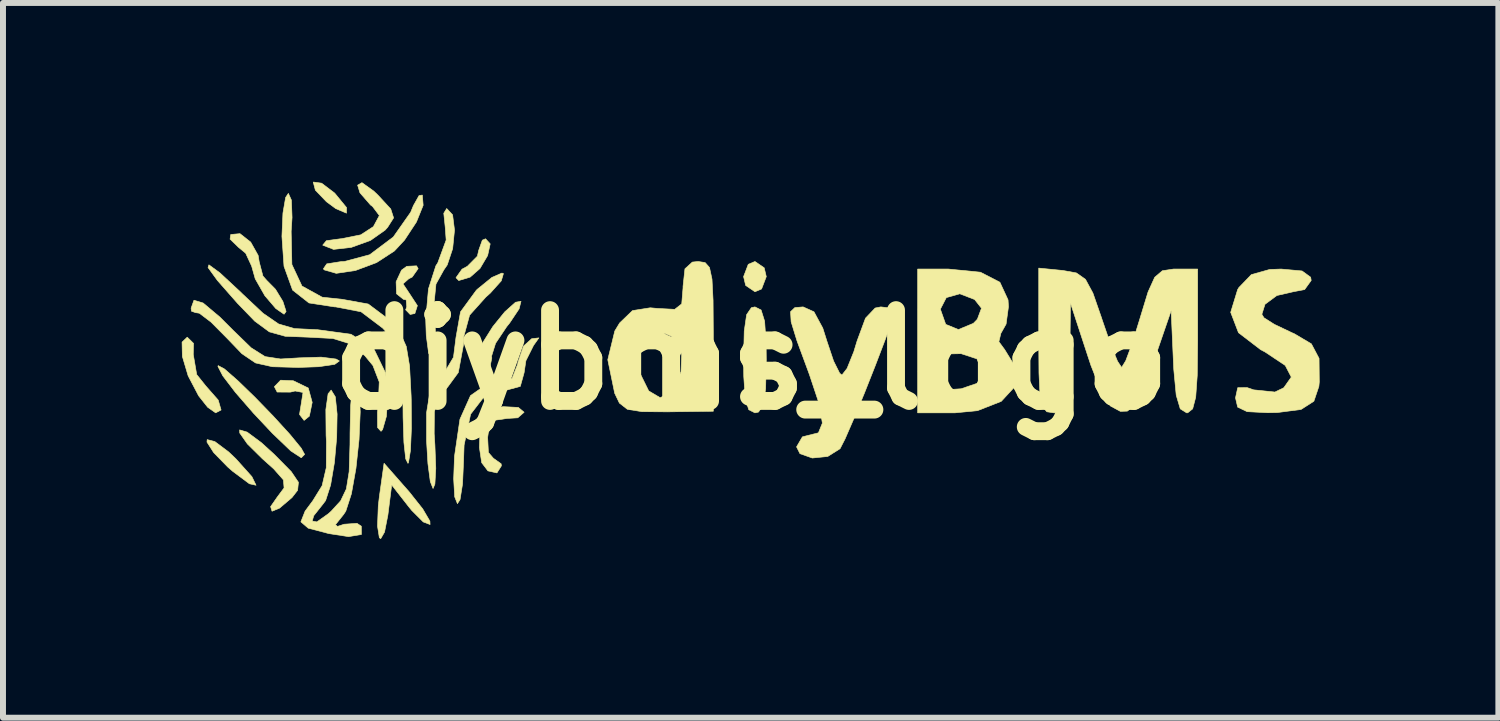
<source format=kicad_pcb>
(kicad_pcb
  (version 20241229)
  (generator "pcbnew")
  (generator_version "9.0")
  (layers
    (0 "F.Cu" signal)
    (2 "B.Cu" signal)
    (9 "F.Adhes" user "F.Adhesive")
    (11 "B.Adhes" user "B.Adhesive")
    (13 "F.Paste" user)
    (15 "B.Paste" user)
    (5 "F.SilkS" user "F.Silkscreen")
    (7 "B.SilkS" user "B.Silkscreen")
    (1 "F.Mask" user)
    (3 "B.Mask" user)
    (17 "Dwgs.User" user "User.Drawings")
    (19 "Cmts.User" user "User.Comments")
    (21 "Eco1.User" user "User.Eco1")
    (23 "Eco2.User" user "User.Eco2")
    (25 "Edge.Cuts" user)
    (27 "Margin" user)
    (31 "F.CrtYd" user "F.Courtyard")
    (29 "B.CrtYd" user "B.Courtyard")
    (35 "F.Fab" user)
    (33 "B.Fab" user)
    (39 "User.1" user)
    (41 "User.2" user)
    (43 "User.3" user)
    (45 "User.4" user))
  (footprint "diybms_logo"
    (layer "F.Cu")
    (at 9.555 2.989)
    (property "Reference" "diybms_logo" (at 0 0 0) (layer "F.SilkS") (effects (font (size 1.524 1.524) (thickness 0.3))))
    (attr through_hole)
    (fp_poly (pts (xy 0.219 -1.545) (xy 0.254 -1.397) (xy 0.175 -1.19) (xy 0.064 -1.143) (xy -0.092 -1.249) (xy -0.127 -1.397) (xy -0.048 -1.604) (xy 0.064 -1.651) (xy 0.219 -1.545)) (stroke (width 0.01) (type solid)) (fill yes) (layer "F.SilkS"))
    (fp_poly (pts (xy -7.208 -2.965) (xy -6.993 -2.802) (xy -6.985 -2.794) (xy -6.789 -2.555) (xy -6.791 -2.462) (xy -6.97 -2.538) (xy -7.126 -2.653) (xy -7.313 -2.848) (xy -7.348 -2.981) (xy -7.345 -2.984) (xy -7.208 -2.965)) (stroke (width 0.01) (type solid)) (fill yes) (layer "F.SilkS"))
    (fp_poly (pts (xy -9 1.371) (xy -8.768 1.545) (xy -8.646 1.661) (xy -8.378 1.96) (xy -8.308 2.104) (xy -8.42 2.079) (xy -8.7 1.87) (xy -8.783 1.798) (xy -9.02 1.555) (xy -9.132 1.379) (xy -9.128 1.338) (xy -9 1.371)) (stroke (width 0.01) (type solid)) (fill yes) (layer "F.SilkS"))
    (fp_poly (pts (xy -4.379 -1.947) (xy -4.422 -1.751) (xy -4.551 -1.533) (xy -4.715 -1.389) (xy -4.907 -1.331) (xy -4.953 -1.379) (xy -4.852 -1.522) (xy -4.763 -1.57) (xy -4.594 -1.74) (xy -4.572 -1.838) (xy -4.511 -2.009) (xy -4.457 -2.032) (xy -4.379 -1.947)) (stroke (width 0.01) (type solid)) (fill yes) (layer "F.SilkS"))
    (fp_poly (pts (xy -9.357 -0.277) (xy -9.362 -0.092) (xy -9.304 0.247) (xy -9.153 0.436) (xy -8.943 0.675) (xy -8.895 0.841) (xy -8.986 0.889) (xy -9.12 0.795) (xy -9.272 0.603) (xy -9.448 0.267) (xy -9.545 -0.058) (xy -9.55 -0.298) (xy -9.463 -0.381) (xy -9.357 -0.277)) (stroke (width 0.01) (type solid)) (fill yes) (layer "F.SilkS"))
    (fp_poly (pts (xy -7.684 0.35) (xy -7.432 0.472) (xy -7.366 0.713) (xy -7.414 0.945) (xy -7.502 1.016) (xy -7.579 0.916) (xy -7.551 0.743) (xy -7.52 0.547) (xy -7.653 0.522) (xy -7.733 0.541) (xy -7.954 0.54) (xy -8.001 0.45) (xy -7.896 0.341) (xy -7.684 0.35)) (stroke (width 0.01) (type solid)) (fill yes) (layer "F.SilkS"))
    (fp_poly (pts (xy -8.838 0.153) (xy -8.615 0.348) (xy -8.324 0.63) (xy -8.016 0.948) (xy -7.742 1.248) (xy -7.551 1.481) (xy -7.493 1.586) (xy -7.549 1.643) (xy -7.725 1.528) (xy -8.035 1.231) (xy -8.35 0.896) (xy -8.655 0.545) (xy -8.867 0.267) (xy -8.948 0.11) (xy -8.944 0.096) (xy -8.838 0.153)) (stroke (width 0.01) (type solid)) (fill yes) (layer "F.SilkS"))
    (fp_poly (pts (xy -3.894 -0.856) (xy -4.051 -0.621) (xy -4.103 -0.556) (xy -4.289 -0.278) (xy -4.357 -0.06) (xy -4.352 -0.032) (xy -4.381 0.112) (xy -4.434 0.127) (xy -4.549 0.023) (xy -4.568 -0.095) (xy -4.499 -0.297) (xy -4.335 -0.558) (xy -4.134 -0.806) (xy -3.954 -0.967) (xy -3.862 -0.983) (xy -3.894 -0.856)) (stroke (width 0.01) (type solid)) (fill yes) (layer "F.SilkS"))
    (fp_poly (pts (xy -5.739 2.214) (xy -5.512 2.5) (xy -5.391 2.706) (xy -5.388 2.763) (xy -5.502 2.72) (xy -5.695 2.527) (xy -5.745 2.466) (xy -6.032 2.099) (xy -6.096 2.605) (xy -6.152 2.889) (xy -6.216 3) (xy -6.239 2.985) (xy -6.27 2.79) (xy -6.257 2.449) (xy -6.239 2.296) (xy -6.16 1.735) (xy -5.739 2.214)) (stroke (width 0.01) (type solid)) (fill yes) (layer "F.SilkS"))
    (fp_poly (pts (xy 0.167 -0.837) (xy 0.226 -0.649) (xy 0.251 -0.278) (xy 0.254 0) (xy 0.243 0.483) (xy 0.203 0.759) (xy 0.123 0.876) (xy 0.064 0.889) (xy -0.04 0.837) (xy -0.099 0.649) (xy -0.124 0.278) (xy -0.127 0) (xy -0.116 -0.483) (xy -0.076 -0.759) (xy 0.004 -0.876) (xy 0.064 -0.889) (xy 0.167 -0.837)) (stroke (width 0.01) (type solid)) (fill yes) (layer "F.SilkS"))
    (fp_poly (pts (xy -5.588 -1.531) (xy -5.688 -1.39) (xy -5.747 -1.36) (xy -5.842 -1.275) (xy -5.747 -1.133) (xy -5.601 -0.91) (xy -5.643 -0.778) (xy -5.722 -0.762) (xy -5.798 -0.84) (xy -5.779 -0.889) (xy -5.789 -1.006) (xy -5.835 -1.016) (xy -5.951 -1.109) (xy -5.958 -1.31) (xy -5.867 -1.506) (xy -5.779 -1.57) (xy -5.615 -1.578) (xy -5.588 -1.531)) (stroke (width 0.01) (type solid)) (fill yes) (layer "F.SilkS"))
    (fp_poly (pts (xy -8.458 1.212) (xy -8.217 1.391) (xy -8.001 1.588) (xy -7.718 1.875) (xy -7.597 2.054) (xy -7.611 2.189) (xy -7.705 2.31) (xy -7.914 2.488) (xy -8.04 2.54) (xy -8.064 2.463) (xy -7.953 2.303) (xy -7.838 2.149) (xy -7.849 2.014) (xy -8.012 1.829) (xy -8.201 1.66) (xy -8.453 1.411) (xy -8.582 1.227) (xy -8.584 1.175) (xy -8.458 1.212)) (stroke (width 0.01) (type solid)) (fill yes) (layer "F.SilkS"))
    (fp_poly (pts (xy -8.398 -1.976) (xy -8.273 -1.753) (xy -8.255 -1.643) (xy -8.193 -1.407) (xy -8.129 -1.334) (xy -7.983 -1.186) (xy -7.858 -0.981) (xy -7.804 -0.812) (xy -7.838 -0.766) (xy -7.976 -0.861) (xy -8.16 -1.076) (xy -8.322 -1.36) (xy -8.382 -1.573) (xy -8.482 -1.789) (xy -8.603 -1.889) (xy -8.744 -2.026) (xy -8.733 -2.104) (xy -8.578 -2.118) (xy -8.398 -1.976)) (stroke (width 0.01) (type solid)) (fill yes) (layer "F.SilkS"))
    (fp_poly (pts (xy -5.504 -2.594) (xy -5.617 -2.314) (xy -5.816 -2.011) (xy -5.987 -1.827) (xy -6.287 -1.632) (xy -6.64 -1.5) (xy -6.962 -1.452) (xy -7.164 -1.51) (xy -7.178 -1.528) (xy -7.122 -1.611) (xy -6.876 -1.65) (xy -6.826 -1.651) (xy -6.402 -1.764) (xy -6.005 -2.062) (xy -5.713 -2.478) (xy -5.667 -2.59) (xy -5.573 -2.757) (xy -5.518 -2.766) (xy -5.504 -2.594)) (stroke (width 0.01) (type solid)) (fill yes) (layer "F.SilkS"))
    (fp_poly (pts (xy -3.907 0.798) (xy -3.81 0.879) (xy -3.916 0.972) (xy -4.096 0.983) (xy -4.315 1.015) (xy -4.41 1.218) (xy -4.422 1.302) (xy -4.409 1.554) (xy -4.326 1.651) (xy -4.196 1.743) (xy -4.191 1.778) (xy -4.266 1.897) (xy -4.417 1.863) (xy -4.522 1.725) (xy -4.56 1.47) (xy -4.55 1.185) (xy -4.463 0.909) (xy -4.236 0.796) (xy -4.159 0.785) (xy -3.907 0.798)) (stroke (width 0.01) (type solid)) (fill yes) (layer "F.SilkS"))
    (fp_poly (pts (xy -5.01 -2.434) (xy -4.978 -2.178) (xy -5.009 -1.866) (xy -5.1 -1.593) (xy -5.157 -1.51) (xy -5.289 -1.272) (xy -5.324 -0.918) (xy -5.306 -0.639) (xy -5.29 -0.276) (xy -5.317 -0.045) (xy -5.353 0) (xy -5.413 -0.115) (xy -5.452 -0.409) (xy -5.461 -0.67) (xy -5.415 -1.191) (xy -5.291 -1.578) (xy -5.258 -1.63) (xy -5.118 -2.011) (xy -5.134 -2.229) (xy -5.158 -2.461) (xy -5.109 -2.54) (xy -5.01 -2.434)) (stroke (width 0.01) (type solid)) (fill yes) (layer "F.SilkS"))
    (fp_poly (pts (xy -6.333 -2.832) (xy -6.262 -2.764) (xy -6.048 -2.532) (xy -6 -2.383) (xy -6.1 -2.225) (xy -6.143 -2.177) (xy -6.389 -2.004) (xy -6.71 -1.888) (xy -7.008 -1.854) (xy -7.187 -1.924) (xy -7.189 -1.926) (xy -7.128 -2) (xy -6.891 -2.032) (xy -6.881 -2.032) (xy -6.552 -2.098) (xy -6.339 -2.236) (xy -6.239 -2.422) (xy -6.354 -2.575) (xy -6.387 -2.599) (xy -6.565 -2.804) (xy -6.604 -2.932) (xy -6.531 -2.974) (xy -6.333 -2.832)) (stroke (width 0.01) (type solid)) (fill yes) (layer "F.SilkS"))
    (fp_poly (pts (xy -9.196 -0.954) (xy -8.916 -0.719) (xy -8.694 -0.497) (xy -8.39 -0.202) (xy -8.157 -0.055) (xy -7.896 -0.015) (xy -7.584 -0.034) (xy -7.216 -0.046) (xy -6.965 -0.014) (xy -6.91 0.018) (xy -6.988 0.075) (xy -7.258 0.115) (xy -7.598 0.127) (xy -8.034 0.115) (xy -8.316 0.052) (xy -8.545 -0.103) (xy -8.802 -0.37) (xy -9.064 -0.634) (xy -9.26 -0.783) (xy -9.324 -0.793) (xy -9.392 -0.817) (xy -9.398 -0.868) (xy -9.35 -1.001) (xy -9.196 -0.954)) (stroke (width 0.01) (type solid)) (fill yes) (layer "F.SilkS"))
    (fp_poly (pts (xy -3.644 -0.253) (xy -3.651 -0.244) (xy -3.78 0.014) (xy -3.81 0.216) (xy -3.874 0.445) (xy -4.107 0.508) (xy -4.108 0.508) (xy -4.474 0.608) (xy -4.708 0.912) (xy -4.817 1.43) (xy -4.826 1.693) (xy -4.843 2.082) (xy -4.885 2.344) (xy -4.929 2.413) (xy -4.975 2.298) (xy -4.992 1.997) (xy -4.978 1.619) (xy -4.887 0.997) (xy -4.709 0.599) (xy -4.432 0.406) (xy -4.243 0.381) (xy -4.013 0.313) (xy -3.917 0.067) (xy -3.914 0.042) (xy -3.82 -0.231) (xy -3.683 -0.355) (xy -3.562 -0.369) (xy -3.644 -0.253)) (stroke (width 0.01) (type solid)) (fill yes) (layer "F.SilkS"))
    (fp_poly (pts (xy -4.157 -1.448) (xy -4.193 -1.326) (xy -4.379 -1.119) (xy -4.452 -1.054) (xy -4.725 -0.75) (xy -4.822 -0.393) (xy -4.826 -0.262) (xy -4.914 0.212) (xy -5.093 0.456) (xy -5.247 0.637) (xy -5.316 0.87) (xy -5.319 1.239) (xy -5.307 1.428) (xy -5.292 1.82) (xy -5.307 2.085) (xy -5.338 2.159) (xy -5.384 2.043) (xy -5.424 1.741) (xy -5.447 1.359) (xy -5.447 0.888) (xy -5.399 0.592) (xy -5.284 0.395) (xy -5.213 0.323) (xy -4.995 -0.044) (xy -4.953 -0.377) (xy -4.877 -0.806) (xy -4.613 -1.167) (xy -4.595 -1.185) (xy -4.35 -1.384) (xy -4.182 -1.457) (xy -4.157 -1.448)) (stroke (width 0.01) (type solid)) (fill yes) (layer "F.SilkS"))
    (fp_poly (pts (xy -8.915 -1.46) (xy -8.566 -1.136) (xy -8.536 -1.106) (xy -8.191 -0.782) (xy -7.929 -0.602) (xy -7.664 -0.525) (xy -7.308 -0.508) (xy -7.289 -0.508) (xy -6.715 -0.43) (xy -6.334 -0.191) (xy -6.134 0.222) (xy -6.096 0.604) (xy -6.121 0.948) (xy -6.185 1.17) (xy -6.211 1.199) (xy -6.269 1.136) (xy -6.271 0.882) (xy -6.257 0.757) (xy -6.241 0.37) (xy -6.347 0.095) (xy -6.482 -0.069) (xy -6.721 -0.266) (xy -7.019 -0.359) (xy -7.435 -0.381) (xy -7.819 -0.396) (xy -8.085 -0.47) (xy -8.33 -0.65) (xy -8.62 -0.95) (xy -8.956 -1.332) (xy -9.114 -1.55) (xy -9.099 -1.595) (xy -8.915 -1.46)) (stroke (width 0.01) (type solid)) (fill yes) (layer "F.SilkS"))
    (fp_poly (pts (xy -7.715 -2.681) (xy -7.704 -2.39) (xy -7.719 -2.155) (xy -7.707 -1.601) (xy -7.538 -1.239) (xy -7.199 -1.052) (xy -6.862 -1.016) (xy -6.425 -0.937) (xy -6.065 -0.667) (xy -5.891 -0.456) (xy -5.787 -0.224) (xy -5.732 0.104) (xy -5.706 0.603) (xy -5.704 0.668) (xy -5.701 1.146) (xy -5.717 1.52) (xy -5.75 1.723) (xy -5.759 1.737) (xy -5.797 1.661) (xy -5.827 1.385) (xy -5.841 0.963) (xy -5.842 0.822) (xy -5.85 0.305) (xy -5.886 -0.032) (xy -5.969 -0.263) (xy -6.118 -0.463) (xy -6.183 -0.533) (xy -6.546 -0.807) (xy -6.972 -0.889) (xy -6.989 -0.889) (xy -7.42 -0.955) (xy -7.695 -1.171) (xy -7.839 -1.57) (xy -7.874 -2.074) (xy -7.857 -2.463) (xy -7.812 -2.725) (xy -7.766 -2.794) (xy -7.715 -2.681)) (stroke (width 0.01) (type solid)) (fill yes) (layer "F.SilkS"))
    (fp_poly (pts (xy 2.373 -0.865) (xy 2.413 -0.836) (xy 2.368 -0.672) (xy 2.25 -0.341) (xy 2.085 0.091) (xy 1.901 0.557) (xy 1.722 0.99) (xy 1.577 1.324) (xy 1.491 1.492) (xy 1.49 1.492) (xy 1.285 1.621) (xy 1.026 1.647) (xy 0.819 1.574) (xy 0.762 1.46) (xy 0.86 1.292) (xy 0.945 1.27) (xy 1.129 1.224) (xy 1.195 1.062) (xy 1.145 0.748) (xy 0.978 0.247) (xy 0.955 0.184) (xy 0.768 -0.323) (xy 0.671 -0.639) (xy 0.661 -0.808) (xy 0.733 -0.877) (xy 0.872 -0.889) (xy 1.054 -0.807) (xy 1.202 -0.533) (xy 1.27 -0.318) (xy 1.383 0.019) (xy 1.486 0.225) (xy 1.524 0.254) (xy 1.61 0.143) (xy 1.723 -0.137) (xy 1.778 -0.318) (xy 1.919 -0.7) (xy 2.081 -0.87) (xy 2.176 -0.889) (xy 2.373 -0.865)) (stroke (width 0.01) (type solid)) (fill yes) (layer "F.SilkS"))
    (fp_poly (pts (xy 9.245 -1.492) (xy 9.389 -1.387) (xy 9.398 -1.333) (xy 9.288 -1.18) (xy 9.096 -1.143) (xy 8.822 -1.08) (xy 8.623 -0.933) (xy 8.57 -0.765) (xy 8.605 -0.707) (xy 8.778 -0.597) (xy 9.076 -0.455) (xy 9.112 -0.44) (xy 9.401 -0.269) (xy 9.53 -0.025) (xy 9.534 0.371) (xy 9.527 0.445) (xy 9.443 0.694) (xy 9.228 0.832) (xy 8.829 0.884) (xy 8.668 0.887) (xy 8.323 0.869) (xy 8.164 0.793) (xy 8.128 0.638) (xy 8.165 0.467) (xy 8.322 0.465) (xy 8.432 0.503) (xy 8.789 0.54) (xy 8.938 0.468) (xy 9.064 0.289) (xy 8.963 0.094) (xy 8.624 -0.132) (xy 8.55 -0.171) (xy 8.178 -0.456) (xy 8.047 -0.798) (xy 8.164 -1.18) (xy 8.184 -1.213) (xy 8.394 -1.431) (xy 8.701 -1.517) (xy 8.893 -1.524) (xy 9.245 -1.492)) (stroke (width 0.01) (type solid)) (fill yes) (layer "F.SilkS"))
    (fp_poly (pts (xy -0.773 -1.633) (xy -0.699 -1.55) (xy -0.657 -1.354) (xy -0.639 -1) (xy -0.635 -0.441) (xy -0.635 -0.395) (xy -0.635 0.862) (xy -1.401 0.872) (xy -1.832 0.869) (xy -2.078 0.829) (xy -2.211 0.725) (xy -2.29 0.56) (xy -2.406 -0.002) (xy -2.385 -0.088) (xy -1.882 -0.088) (xy -1.853 0.249) (xy -1.719 0.521) (xy -1.526 0.635) (xy -1.524 0.635) (xy -1.371 0.549) (xy -1.276 0.452) (xy -1.177 0.196) (xy -1.166 -0.088) (xy -1.244 -0.353) (xy -1.442 -0.441) (xy -1.524 -0.445) (xy -1.766 -0.39) (xy -1.869 -0.179) (xy -1.882 -0.088) (xy -2.385 -0.088) (xy -2.288 -0.485) (xy -2.207 -0.619) (xy -1.991 -0.827) (xy -1.693 -0.874) (xy -1.572 -0.863) (xy -1.282 -0.848) (xy -1.165 -0.94) (xy -1.143 -1.207) (xy -1.143 -1.232) (xy -1.111 -1.528) (xy -0.987 -1.641) (xy -0.889 -1.651) (xy -0.773 -1.633)) (stroke (width 0.01) (type solid)) (fill yes) (layer "F.SilkS"))
    (fp_poly (pts (xy 3.848 -1.471) (xy 4.174 -1.303) (xy 4.311 -1.007) (xy 4.318 -0.892) (xy 4.278 -0.6) (xy 4.19 -0.444) (xy 4.157 -0.305) (xy 4.254 -0.173) (xy 4.452 0.149) (xy 4.424 0.45) (xy 4.197 0.696) (xy 3.799 0.852) (xy 3.42 0.889) (xy 2.794 0.889) (xy 2.794 0.191) (xy 3.175 0.191) (xy 3.21 0.429) (xy 3.37 0.495) (xy 3.524 0.485) (xy 3.797 0.392) (xy 3.873 0.191) (xy 3.789 -0.017) (xy 3.524 -0.104) (xy 3.271 -0.099) (xy 3.183 0.043) (xy 3.175 0.191) (xy 2.794 0.191) (xy 2.794 -0.851) (xy 3.175 -0.851) (xy 3.175 -0.851) (xy 3.265 -0.596) (xy 3.478 -0.509) (xy 3.729 -0.613) (xy 3.796 -0.682) (xy 3.865 -0.867) (xy 3.75 -1.013) (xy 3.501 -1.109) (xy 3.275 -1.045) (xy 3.175 -0.851) (xy 2.794 -0.851) (xy 2.794 -1.524) (xy 3.31 -1.524) (xy 3.848 -1.471)) (stroke (width 0.01) (type solid)) (fill yes) (layer "F.SilkS"))
    (fp_poly (pts (xy -6.639 0.303) (xy -6.577 0.502) (xy -6.56 0.872) (xy -6.58 1.337) (xy -6.632 1.822) (xy -6.708 2.247) (xy -6.802 2.538) (xy -6.838 2.593) (xy -6.976 2.766) (xy -6.942 2.795) (xy -6.83 2.758) (xy -6.614 2.743) (xy -6.542 2.791) (xy -6.54 2.93) (xy -6.755 2.966) (xy -7.087 2.915) (xy -7.433 2.824) (xy -7.556 2.718) (xy -7.485 2.538) (xy -7.357 2.366) (xy -7.2 2.112) (xy -7.13 1.811) (xy -7.127 1.369) (xy -7.133 1.267) (xy -7.137 0.835) (xy -7.099 0.569) (xy -7.048 0.507) (xy -6.978 0.62) (xy -6.948 0.909) (xy -6.955 1.301) (xy -6.993 1.722) (xy -7.057 2.1) (xy -7.141 2.361) (xy -7.186 2.421) (xy -7.34 2.615) (xy -7.366 2.705) (xy -7.288 2.719) (xy -7.096 2.583) (xy -7.048 2.54) (xy -6.888 2.365) (xy -6.793 2.166) (xy -6.746 1.876) (xy -6.732 1.424) (xy -6.731 1.227) (xy -6.721 0.77) (xy -6.693 0.444) (xy -6.653 0.301) (xy -6.639 0.303)) (stroke (width 0.01) (type solid)) (fill yes) (layer "F.SilkS"))
    (fp_poly (pts (xy 5.232 -1.5) (xy 5.458 -1.459) (xy 5.61 -1.352) (xy 5.735 -1.121) (xy 5.879 -0.707) (xy 5.892 -0.667) (xy 6.031 -0.263) (xy 6.148 0.023) (xy 6.217 0.127) (xy 6.286 0.015) (xy 6.396 -0.279) (xy 6.524 -0.692) (xy 6.526 -0.699) (xy 6.66 -1.138) (xy 6.772 -1.386) (xy 6.901 -1.496) (xy 7.087 -1.524) (xy 7.128 -1.524) (xy 7.493 -1.524) (xy 7.493 -0.318) (xy 7.486 0.261) (xy 7.46 0.627) (xy 7.409 0.822) (xy 7.326 0.888) (xy 7.308 0.889) (xy 7.201 0.822) (xy 7.133 0.593) (xy 7.092 0.16) (xy 7.086 0.032) (xy 7.048 -0.826) (xy 6.75 0.039) (xy 6.58 0.497) (xy 6.444 0.755) (xy 6.313 0.86) (xy 6.196 0.864) (xy 6.031 0.775) (xy 5.875 0.532) (xy 5.702 0.093) (xy 5.65 -0.064) (xy 5.359 -0.953) (xy 5.347 -0.032) (xy 5.333 0.446) (xy 5.3 0.723) (xy 5.231 0.853) (xy 5.11 0.888) (xy 5.08 0.889) (xy 4.962 0.871) (xy 4.888 0.785) (xy 4.847 0.585) (xy 4.83 0.223) (xy 4.826 -0.326) (xy 4.826 -1.54) (xy 5.232 -1.5)) (stroke (width 0.01) (type solid)) (fill yes) (layer "F.SilkS")))
  (gr_rect
    (start -3 -3)
    (end 22.094 8.994)
    (stroke (width 0.1) (type default))
    (fill no)
    (layer "Edge.Cuts")))
</source>
